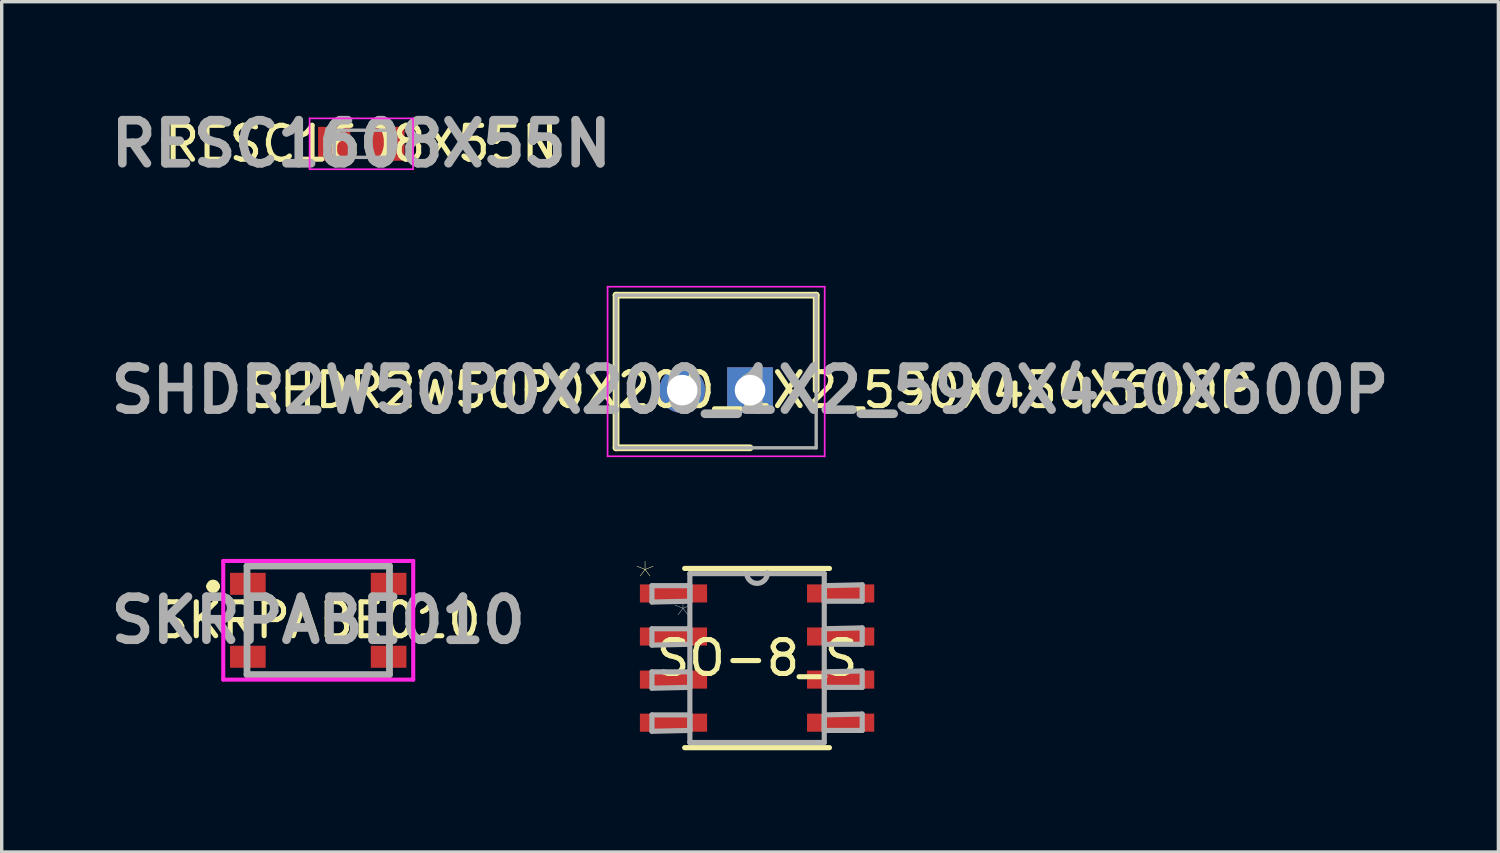
<source format=kicad_pcb>
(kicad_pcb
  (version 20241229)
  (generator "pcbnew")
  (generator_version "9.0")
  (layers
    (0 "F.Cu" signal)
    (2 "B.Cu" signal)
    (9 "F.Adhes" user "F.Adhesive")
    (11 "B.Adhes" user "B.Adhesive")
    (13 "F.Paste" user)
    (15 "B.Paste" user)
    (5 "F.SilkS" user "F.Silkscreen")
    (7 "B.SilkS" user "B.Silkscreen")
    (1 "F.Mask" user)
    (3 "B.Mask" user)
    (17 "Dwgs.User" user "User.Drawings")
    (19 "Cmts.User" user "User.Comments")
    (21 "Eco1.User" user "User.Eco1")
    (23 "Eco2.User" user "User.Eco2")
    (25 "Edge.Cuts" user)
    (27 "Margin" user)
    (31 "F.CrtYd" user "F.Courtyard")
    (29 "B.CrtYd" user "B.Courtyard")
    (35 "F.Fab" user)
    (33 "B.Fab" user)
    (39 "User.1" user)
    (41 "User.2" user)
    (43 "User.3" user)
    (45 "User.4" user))
  (footprint "SHDR2W50P0X200_1X2_590X450X600P"
    (layer "F.Cu")
    (at 19.062 8.452)
    (property "Reference" "SHDR2W50P0X200_1X2_590X450X600P" (at 0 0 0) (layer "F.SilkS") (effects (font (size 1 1) (thickness 0.15))))
    (attr through_hole)
    (fp_line (start -3.95 -2.8) (end 1.95 -2.8) (stroke (width 0.2) (type solid)) (layer "F.SilkS"))
    (fp_line (start -3.95 1.7) (end -3.95 -2.8) (stroke (width 0.2) (type solid)) (layer "F.SilkS"))
    (fp_line (start 0 1.7) (end -3.95 1.7) (stroke (width 0.2) (type solid)) (layer "F.SilkS"))
    (fp_line (start 1.95 -2.8) (end 1.95 0) (stroke (width 0.2) (type solid)) (layer "F.SilkS"))
    (fp_line (start -4.2 -3.05) (end 2.2 -3.05) (stroke (width 0.05) (type solid)) (layer "F.CrtYd"))
    (fp_line (start -4.2 1.95) (end -4.2 -3.05) (stroke (width 0.05) (type solid)) (layer "F.CrtYd"))
    (fp_line (start 2.2 -3.05) (end 2.2 1.95) (stroke (width 0.05) (type solid)) (layer "F.CrtYd"))
    (fp_line (start 2.2 1.95) (end -4.2 1.95) (stroke (width 0.05) (type solid)) (layer "F.CrtYd"))
    (fp_line (start -3.95 -2.8) (end 1.95 -2.8) (stroke (width 0.1) (type solid)) (layer "F.Fab"))
    (fp_line (start -3.95 1.7) (end -3.95 -2.8) (stroke (width 0.1) (type solid)) (layer "F.Fab"))
    (fp_line (start 1.95 -2.8) (end 1.95 1.7) (stroke (width 0.1) (type solid)) (layer "F.Fab"))
    (fp_line (start 1.95 1.7) (end -3.95 1.7) (stroke (width 0.1) (type solid)) (layer "F.Fab"))
    (fp_text user "${REFERENCE}" (at 0 0 0) (layer "F.Fab") (effects (font (size 1.27 1.27) (thickness 0.254))))
    (pad "1" thru_hole rect (at 0 0) (size 1.35 1.35) (drill 0.9) (layers "*.Cu" "*.Mask"))
    (pad "2" thru_hole circle (at -2 0) (size 1.35 1.35) (drill 0.9) (layers "*.Cu" "*.Mask")))
  (footprint "SO-8_S"
    (layer "F.Cu")
    (at 19.269 16.35)
    (property "Reference" "SO-8_S" (at 0 0 0) (layer "F.SilkS") (effects (font (size 1 1) (thickness 0.15))))
    (attr through_hole)
    (fp_line (start -2.134 2.642) (end 2.134 2.642) (stroke (width 0.152) (type solid)) (layer "F.SilkS"))
    (fp_line (start 2.134 -2.642) (end -2.134 -2.642) (stroke (width 0.152) (type solid)) (layer "F.SilkS"))
    (fp_line (start -3.099 -2.134) (end -3.099 -1.651) (stroke (width 0.152) (type solid)) (layer "F.Fab"))
    (fp_line (start -3.099 -1.651) (end -1.981 -1.676) (stroke (width 0.152) (type solid)) (layer "F.Fab"))
    (fp_line (start -3.099 -0.864) (end -3.099 -0.381) (stroke (width 0.152) (type solid)) (layer "F.Fab"))
    (fp_line (start -3.099 -0.381) (end -1.981 -0.406) (stroke (width 0.152) (type solid)) (layer "F.Fab"))
    (fp_line (start -3.099 0.406) (end -3.099 0.889) (stroke (width 0.152) (type solid)) (layer "F.Fab"))
    (fp_line (start -3.099 0.889) (end -1.981 0.864) (stroke (width 0.152) (type solid)) (layer "F.Fab"))
    (fp_line (start -3.099 1.676) (end -3.099 2.159) (stroke (width 0.152) (type solid)) (layer "F.Fab"))
    (fp_line (start -3.099 2.159) (end -1.981 2.134) (stroke (width 0.152) (type solid)) (layer "F.Fab"))
    (fp_line (start -1.981 -2.489) (end -1.981 2.489) (stroke (width 0.152) (type solid)) (layer "F.Fab"))
    (fp_line (start -1.981 -2.134) (end -3.099 -2.134) (stroke (width 0.152) (type solid)) (layer "F.Fab"))
    (fp_line (start -1.981 -1.676) (end -1.981 -2.134) (stroke (width 0.152) (type solid)) (layer "F.Fab"))
    (fp_line (start -1.981 -0.864) (end -3.099 -0.864) (stroke (width 0.152) (type solid)) (layer "F.Fab"))
    (fp_line (start -1.981 -0.406) (end -1.981 -0.864) (stroke (width 0.152) (type solid)) (layer "F.Fab"))
    (fp_line (start -1.981 0.406) (end -3.099 0.406) (stroke (width 0.152) (type solid)) (layer "F.Fab"))
    (fp_line (start -1.981 0.864) (end -1.981 0.406) (stroke (width 0.152) (type solid)) (layer "F.Fab"))
    (fp_line (start -1.981 1.676) (end -3.099 1.676) (stroke (width 0.152) (type solid)) (layer "F.Fab"))
    (fp_line (start -1.981 2.134) (end -1.981 1.676) (stroke (width 0.152) (type solid)) (layer "F.Fab"))
    (fp_line (start -1.981 2.489) (end 1.981 2.489) (stroke (width 0.152) (type solid)) (layer "F.Fab"))
    (fp_line (start -0.305 -2.489) (end -1.981 -2.489) (stroke (width 0.152) (type solid)) (layer "F.Fab"))
    (fp_line (start 1.981 -2.489) (end -0.305 -2.489) (stroke (width 0.152) (type solid)) (layer "F.Fab"))
    (fp_line (start 1.981 -2.134) (end 1.981 -1.676) (stroke (width 0.152) (type solid)) (layer "F.Fab"))
    (fp_line (start 1.981 -1.676) (end 3.099 -1.676) (stroke (width 0.152) (type solid)) (layer "F.Fab"))
    (fp_line (start 1.981 -0.864) (end 1.981 -0.406) (stroke (width 0.152) (type solid)) (layer "F.Fab"))
    (fp_line (start 1.981 -0.406) (end 3.099 -0.406) (stroke (width 0.152) (type solid)) (layer "F.Fab"))
    (fp_line (start 1.981 0.406) (end 1.981 0.864) (stroke (width 0.152) (type solid)) (layer "F.Fab"))
    (fp_line (start 1.981 0.864) (end 3.099 0.864) (stroke (width 0.152) (type solid)) (layer "F.Fab"))
    (fp_line (start 1.981 1.676) (end 1.981 2.134) (stroke (width 0.152) (type solid)) (layer "F.Fab"))
    (fp_line (start 1.981 2.134) (end 3.099 2.134) (stroke (width 0.152) (type solid)) (layer "F.Fab"))
    (fp_line (start 1.981 2.489) (end 1.981 -2.489) (stroke (width 0.152) (type solid)) (layer "F.Fab"))
    (fp_line (start 3.099 -2.159) (end 1.981 -2.134) (stroke (width 0.152) (type solid)) (layer "F.Fab"))
    (fp_line (start 3.099 -1.676) (end 3.099 -2.159) (stroke (width 0.152) (type solid)) (layer "F.Fab"))
    (fp_line (start 3.099 -0.889) (end 1.981 -0.864) (stroke (width 0.152) (type solid)) (layer "F.Fab"))
    (fp_line (start 3.099 -0.406) (end 3.099 -0.889) (stroke (width 0.152) (type solid)) (layer "F.Fab"))
    (fp_line (start 3.099 0.381) (end 1.981 0.406) (stroke (width 0.152) (type solid)) (layer "F.Fab"))
    (fp_line (start 3.099 0.864) (end 3.099 0.381) (stroke (width 0.152) (type solid)) (layer "F.Fab"))
    (fp_line (start 3.099 1.651) (end 1.981 1.676) (stroke (width 0.152) (type solid)) (layer "F.Fab"))
    (fp_line (start 3.099 2.134) (end 3.099 1.651) (stroke (width 0.152) (type solid)) (layer "F.Fab"))
    (fp_arc (start 0.3048 -2.5146) (mid 0.0127 -2.1971) (end -0.3048 -2.4892) (stroke (width 0.1524) (type solid)) (layer "F.Fab"))
    (fp_text user "*" (at -3.302 -2.311 0) (layer "F.SilkS") (effects (font (size 1 1) (thickness 0.015))))
    (fp_text user "*" (at -2.184 -1.168 0) (layer "F.Fab") (effects (font (size 1 1) (thickness 0.015))))
    (pad "1" smd rect (at -2.464 -1.905) (size 1.981 0.533) (layers "F.Cu" "F.Mask" "F.Paste"))
    (pad "2" smd rect (at -2.464 -0.635) (size 1.981 0.533) (layers "F.Cu" "F.Mask" "F.Paste"))
    (pad "3" smd rect (at -2.464 0.635) (size 1.981 0.533) (layers "F.Cu" "F.Mask" "F.Paste"))
    (pad "4" smd rect (at -2.464 1.905) (size 1.981 0.533) (layers "F.Cu" "F.Mask" "F.Paste"))
    (pad "5" smd rect (at 2.464 1.905) (size 1.981 0.533) (layers "F.Cu" "F.Mask" "F.Paste"))
    (pad "6" smd rect (at 2.464 0.635) (size 1.981 0.533) (layers "F.Cu" "F.Mask" "F.Paste"))
    (pad "7" smd rect (at 2.464 -0.635) (size 1.981 0.533) (layers "F.Cu" "F.Mask" "F.Paste"))
    (pad "8" smd rect (at 2.464 -1.905) (size 1.981 0.533) (layers "F.Cu" "F.Mask" "F.Paste")))
  (footprint "RESC1608X55N"
    (layer "F.Cu")
    (at 7.602 1.189)
    (property "Reference" "RESC1608X55N" (at 0 0 0) (layer "F.SilkS") (effects (font (size 1 1) (thickness 0.15))))
    (attr smd)
    (fp_line (start -1.525 -0.75) (end 1.525 -0.75) (stroke (width 0.05) (type solid)) (layer "F.CrtYd"))
    (fp_line (start -1.525 0.75) (end -1.525 -0.75) (stroke (width 0.05) (type solid)) (layer "F.CrtYd"))
    (fp_line (start 1.525 -0.75) (end 1.525 0.75) (stroke (width 0.05) (type solid)) (layer "F.CrtYd"))
    (fp_line (start 1.525 0.75) (end -1.525 0.75) (stroke (width 0.05) (type solid)) (layer "F.CrtYd"))
    (fp_line (start -0.8 -0.4) (end 0.8 -0.4) (stroke (width 0.1) (type solid)) (layer "F.Fab"))
    (fp_line (start -0.8 0.4) (end -0.8 -0.4) (stroke (width 0.1) (type solid)) (layer "F.Fab"))
    (fp_line (start 0.8 -0.4) (end 0.8 0.4) (stroke (width 0.1) (type solid)) (layer "F.Fab"))
    (fp_line (start 0.8 0.4) (end -0.8 0.4) (stroke (width 0.1) (type solid)) (layer "F.Fab"))
    (fp_text user "${REFERENCE}" (at 0 0 0) (layer "F.Fab") (effects (font (size 1.27 1.27) (thickness 0.254))))
    (pad "1" smd rect (at -0.8 0) (size 0.95 1) (layers "F.Cu" "F.Mask" "F.Paste"))
    (pad "2" smd rect (at 0.8 0) (size 0.95 1) (layers "F.Cu" "F.Mask" "F.Paste")))
  (footprint "SKRPABE010"
    (layer "F.Cu")
    (at 6.332 15.237)
    (property "Reference" "SKRPABE010" (at 0 0 0) (layer "F.SilkS") (effects (font (size 1 1) (thickness 0.15))))
    (attr smd)
    (fp_line (start -3.2 -1) (end -3.2 -1) (stroke (width 0.2) (type solid)) (layer "F.SilkS"))
    (fp_line (start -3 -1) (end -3 -1) (stroke (width 0.1) (type solid)) (layer "F.SilkS"))
    (fp_line (start -3 -1) (end -3 -1) (stroke (width 0.2) (type solid)) (layer "F.SilkS"))
    (fp_line (start -2.1 -0.4) (end -2.1 0.4) (stroke (width 0.1) (type solid)) (layer "F.SilkS"))
    (fp_line (start -1.2 -1.6) (end 1.2 -1.6) (stroke (width 0.1) (type solid)) (layer "F.SilkS"))
    (fp_line (start -1.2 1.6) (end 1.2 1.6) (stroke (width 0.1) (type solid)) (layer "F.SilkS"))
    (fp_line (start 2.1 -0.4) (end 2.1 0.4) (stroke (width 0.1) (type solid)) (layer "F.SilkS"))
    (fp_arc (start -3.2 -1) (mid -3.1 -1.1) (end -3 -1) (stroke (width 0.2) (type solid)) (layer "F.SilkS"))
    (fp_arc (start -3 -1) (mid -3.1 -0.9) (end -3.2 -1) (stroke (width 0.2) (type solid)) (layer "F.SilkS"))
    (fp_line (start -2.8 -1.75) (end -2.8 1.75) (stroke (width 0.12) (type solid)) (layer "F.CrtYd"))
    (fp_line (start -2.8 1.75) (end 2.8 1.75) (stroke (width 0.12) (type solid)) (layer "F.CrtYd"))
    (fp_line (start 2.8 -1.75) (end -2.8 -1.75) (stroke (width 0.12) (type solid)) (layer "F.CrtYd"))
    (fp_line (start 2.8 1.75) (end 2.8 -1.75) (stroke (width 0.12) (type solid)) (layer "F.CrtYd"))
    (fp_line (start -2.1 -1.6) (end 2.1 -1.6) (stroke (width 0.2) (type solid)) (layer "F.Fab"))
    (fp_line (start -2.1 1.6) (end -2.1 -1.6) (stroke (width 0.2) (type solid)) (layer "F.Fab"))
    (fp_line (start 2.1 -1.6) (end 2.1 1.6) (stroke (width 0.2) (type solid)) (layer "F.Fab"))
    (fp_line (start 2.1 1.6) (end -2.1 1.6) (stroke (width 0.2) (type solid)) (layer "F.Fab"))
    (fp_text user "${REFERENCE}" (at 0 0 0) (layer "F.Fab") (effects (font (size 1.27 1.27) (thickness 0.254))))
    (pad "1" smd rect (at -2.075 -1.075 90) (size 0.65 1.05) (layers "F.Cu" "F.Mask" "F.Paste"))
    (pad "2" smd rect (at 2.075 -1.075 90) (size 0.65 1.05) (layers "F.Cu" "F.Mask" "F.Paste"))
    (pad "3" smd rect (at -2.075 1.075 90) (size 0.65 1.05) (layers "F.Cu" "F.Mask" "F.Paste"))
    (pad "4" smd rect (at 2.075 1.075 90) (size 0.65 1.05) (layers "F.Cu" "F.Mask" "F.Paste")))
  (gr_rect
    (start -3 -3)
    (end 41.124 22.068)
    (stroke (width 0.1) (type default))
    (fill no)
    (layer "Edge.Cuts")))
</source>
